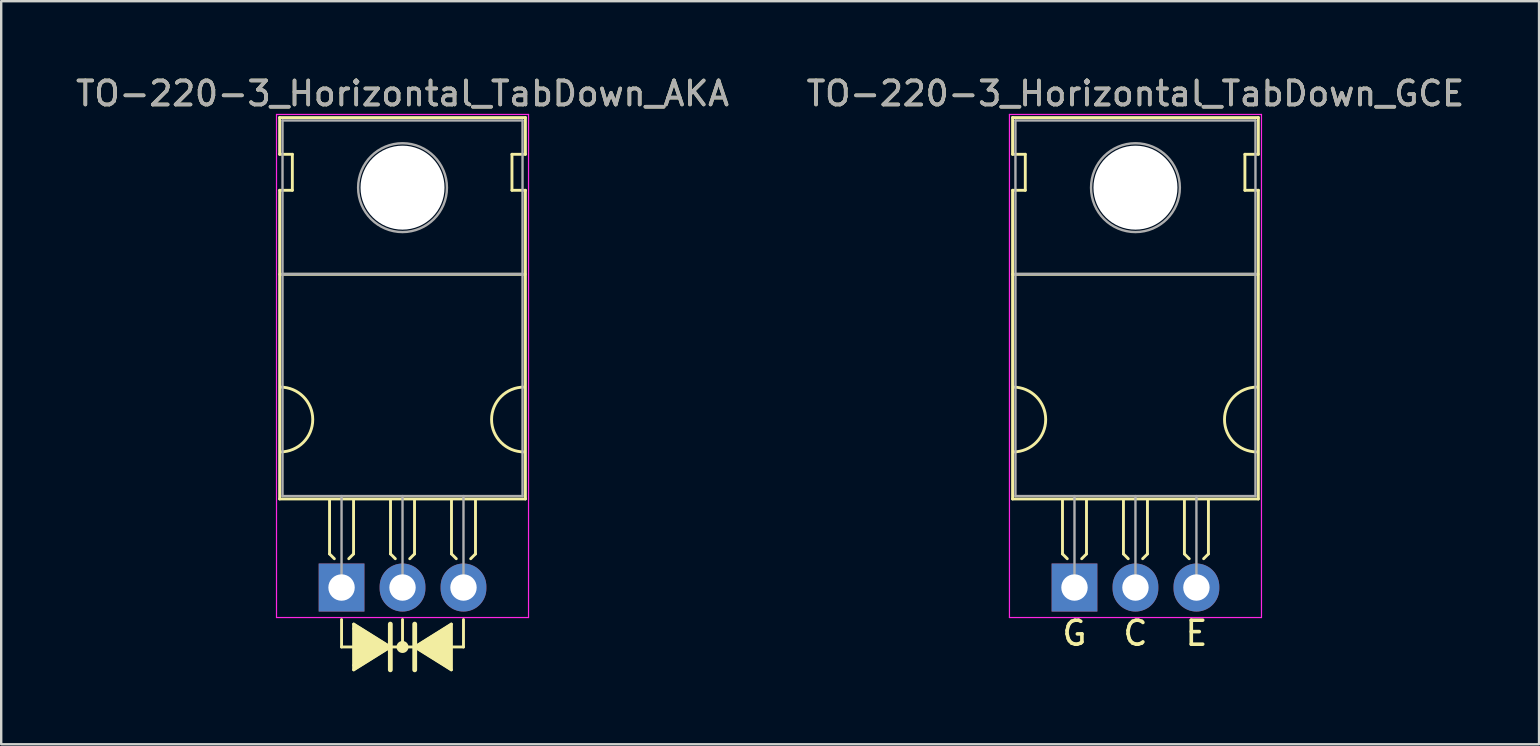
<source format=kicad_pcb>
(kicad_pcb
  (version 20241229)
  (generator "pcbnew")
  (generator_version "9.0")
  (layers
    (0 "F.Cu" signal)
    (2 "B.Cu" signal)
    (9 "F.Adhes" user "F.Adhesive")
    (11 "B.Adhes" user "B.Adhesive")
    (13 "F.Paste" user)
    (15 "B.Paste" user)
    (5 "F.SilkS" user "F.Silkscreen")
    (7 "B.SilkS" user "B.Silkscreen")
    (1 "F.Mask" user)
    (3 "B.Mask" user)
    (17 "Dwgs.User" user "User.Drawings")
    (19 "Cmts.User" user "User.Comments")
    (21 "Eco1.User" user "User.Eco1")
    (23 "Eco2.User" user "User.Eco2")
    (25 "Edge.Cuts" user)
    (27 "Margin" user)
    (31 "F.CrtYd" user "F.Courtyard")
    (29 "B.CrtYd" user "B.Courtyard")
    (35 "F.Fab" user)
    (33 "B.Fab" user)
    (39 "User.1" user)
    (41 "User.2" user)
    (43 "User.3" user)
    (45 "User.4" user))
  (footprint "TO-220-3_Horizontal_TabDown_AKA"
    (layer "F.Cu")
    (at 11.18 21.428)
    (property "Reference" "TO-220-3_Horizontal_TabDown_AKA" (at 2.54 -20.58 0) (layer "F.SilkS") (effects (font (size 1 1) (thickness 0.15))))
    (attr through_hole)
    (fp_line (start -2.58 -19.58) (end -2.58 -18.05) (stroke (width 0.12) (type solid)) (layer "F.SilkS"))
    (fp_line (start -2.58 -19.58) (end 7.66 -19.58) (stroke (width 0.12) (type solid)) (layer "F.SilkS"))
    (fp_line (start -2.58 -18.05) (end -2.05 -18.05) (stroke (width 0.12) (type solid)) (layer "F.SilkS"))
    (fp_line (start -2.58 -16.55) (end -2.58 -3.69) (stroke (width 0.12) (type solid)) (layer "F.SilkS"))
    (fp_line (start -2.58 -3.69) (end 7.66 -3.69) (stroke (width 0.12) (type solid)) (layer "F.SilkS"))
    (fp_line (start -2.575 -13.05) (end 7.65 -13.05) (stroke (width 0.12) (type solid)) (layer "F.SilkS"))
    (fp_line (start -2.05 -18.05) (end -2.05 -16.55) (stroke (width 0.12) (type solid)) (layer "F.SilkS"))
    (fp_line (start -2.05 -16.55) (end -2.575 -16.55) (stroke (width 0.12) (type solid)) (layer "F.SilkS"))
    (fp_line (start -0.5 -3.65) (end -0.5 -1.4) (stroke (width 0.12) (type solid)) (layer "F.SilkS"))
    (fp_line (start -0.5 -1.4) (end -0.3 -1.2) (stroke (width 0.12) (type solid)) (layer "F.SilkS"))
    (fp_line (start 0 1.333) (end 0 2.477) (stroke (width 0.12) (type solid)) (layer "F.SilkS"))
    (fp_line (start 0 2.477) (end 0.508 2.477) (stroke (width 0.12) (type solid)) (layer "F.SilkS"))
    (fp_line (start 0.5 -3.65) (end 0.5 -1.4) (stroke (width 0.12) (type solid)) (layer "F.SilkS"))
    (fp_line (start 0.5 -1.4) (end 0.3 -1.2) (stroke (width 0.12) (type solid)) (layer "F.SilkS"))
    (fp_line (start 0.508 1.714) (end 0.508 1.524) (stroke (width 0.12) (type solid)) (layer "F.SilkS"))
    (fp_line (start 0.508 1.714) (end 0.508 3.239) (stroke (width 0.12) (type solid)) (layer "F.SilkS"))
    (fp_line (start 0.508 3.239) (end 0.508 3.429) (stroke (width 0.12) (type solid)) (layer "F.SilkS"))
    (fp_line (start 2.032 2.477) (end 0.508 1.524) (stroke (width 0.12) (type solid)) (layer "F.SilkS"))
    (fp_line (start 2.032 2.477) (end 0.508 3.429) (stroke (width 0.12) (type solid)) (layer "F.SilkS"))
    (fp_line (start 2.032 3.429) (end 2.032 1.524) (stroke (width 0.2) (type solid)) (layer "F.SilkS"))
    (fp_line (start 2.04 -3.65) (end 2.04 -1.4) (stroke (width 0.12) (type solid)) (layer "F.SilkS"))
    (fp_line (start 2.04 -1.4) (end 2.24 -1.2) (stroke (width 0.12) (type solid)) (layer "F.SilkS"))
    (fp_line (start 2.54 1.333) (end 2.54 2.477) (stroke (width 0.12) (type solid)) (layer "F.SilkS"))
    (fp_line (start 2.54 2.477) (end 2.032 2.477) (stroke (width 0.12) (type solid)) (layer "F.SilkS"))
    (fp_line (start 2.54 2.477) (end 3.048 2.477) (stroke (width 0.12) (type solid)) (layer "F.SilkS"))
    (fp_line (start 3.04 -3.65) (end 3.04 -1.4) (stroke (width 0.12) (type solid)) (layer "F.SilkS"))
    (fp_line (start 3.04 -1.4) (end 2.84 -1.2) (stroke (width 0.12) (type solid)) (layer "F.SilkS"))
    (fp_line (start 3.048 1.524) (end 3.048 3.429) (stroke (width 0.2) (type solid)) (layer "F.SilkS"))
    (fp_line (start 3.048 2.477) (end 4.572 3.429) (stroke (width 0.12) (type solid)) (layer "F.SilkS"))
    (fp_line (start 4.572 1.524) (end 3.048 2.477) (stroke (width 0.12) (type solid)) (layer "F.SilkS"))
    (fp_line (start 4.572 3.429) (end 4.572 1.524) (stroke (width 0.12) (type solid)) (layer "F.SilkS"))
    (fp_line (start 4.58 -3.65) (end 4.58 -1.4) (stroke (width 0.12) (type solid)) (layer "F.SilkS"))
    (fp_line (start 4.58 -1.4) (end 4.78 -1.2) (stroke (width 0.12) (type solid)) (layer "F.SilkS"))
    (fp_line (start 5.08 1.333) (end 5.08 2.477) (stroke (width 0.12) (type solid)) (layer "F.SilkS"))
    (fp_line (start 5.08 2.477) (end 4.572 2.477) (stroke (width 0.12) (type solid)) (layer "F.SilkS"))
    (fp_line (start 5.58 -3.65) (end 5.58 -1.4) (stroke (width 0.12) (type solid)) (layer "F.SilkS"))
    (fp_line (start 5.58 -1.4) (end 5.38 -1.2) (stroke (width 0.12) (type solid)) (layer "F.SilkS"))
    (fp_line (start 7.1 -18.05) (end 7.66 -18.05) (stroke (width 0.12) (type solid)) (layer "F.SilkS"))
    (fp_line (start 7.1 -16.55) (end 7.1 -18.05) (stroke (width 0.12) (type solid)) (layer "F.SilkS"))
    (fp_line (start 7.66 -19.58) (end 7.66 -18.05) (stroke (width 0.12) (type solid)) (layer "F.SilkS"))
    (fp_line (start 7.66 -16.55) (end 7.1 -16.55) (stroke (width 0.12) (type solid)) (layer "F.SilkS"))
    (fp_line (start 7.66 -16.55) (end 7.66 -3.69) (stroke (width 0.12) (type solid)) (layer "F.SilkS"))
    (fp_arc (start -2.55 -8.35) (mid -1.2 -7) (end -2.55 -5.65) (stroke (width 0.12) (type solid)) (layer "F.SilkS"))
    (fp_arc (start 7.6 -5.65) (mid 6.25 -7) (end 7.6 -8.35) (stroke (width 0.12) (type solid)) (layer "F.SilkS"))
    (fp_circle (center 2.54 2.477) (end 2.54 2.54) (stroke (width 0.12) (type solid)) (fill no) (layer "F.SilkS"))
    (fp_circle (center 2.54 2.477) (end 2.54 2.603) (stroke (width 0.12) (type solid)) (fill no) (layer "F.SilkS"))
    (fp_circle (center 2.54 2.477) (end 2.54 2.667) (stroke (width 0.12) (type solid)) (fill no) (layer "F.SilkS"))
    (fp_poly (pts (xy 2.032 2.477) (xy 0.508 3.429) (xy 0.508 1.524)) (stroke (width 0.1) (type solid)) (fill yes) (layer "F.SilkS"))
    (fp_poly (pts (xy 4.572 3.429) (xy 3.048 2.477) (xy 4.572 1.524)) (stroke (width 0.1) (type solid)) (fill yes) (layer "F.SilkS"))
    (fp_line (start -2.71 -19.71) (end -2.71 1.25) (stroke (width 0.05) (type solid)) (layer "F.CrtYd"))
    (fp_line (start -2.71 1.25) (end 7.79 1.25) (stroke (width 0.05) (type solid)) (layer "F.CrtYd"))
    (fp_line (start 7.79 -19.71) (end -2.71 -19.71) (stroke (width 0.05) (type solid)) (layer "F.CrtYd"))
    (fp_line (start 7.79 1.25) (end 7.79 -19.71) (stroke (width 0.05) (type solid)) (layer "F.CrtYd"))
    (fp_line (start -2.46 -19.46) (end 7.54 -19.46) (stroke (width 0.1) (type solid)) (layer "F.Fab"))
    (fp_line (start -2.46 -13.06) (end -2.46 -19.46) (stroke (width 0.1) (type solid)) (layer "F.Fab"))
    (fp_line (start -2.46 -13.06) (end 7.54 -13.06) (stroke (width 0.1) (type solid)) (layer "F.Fab"))
    (fp_line (start -2.46 -3.81) (end -2.46 -13.06) (stroke (width 0.1) (type solid)) (layer "F.Fab"))
    (fp_line (start 0 -3.81) (end 0 0) (stroke (width 0.1) (type solid)) (layer "F.Fab"))
    (fp_line (start 2.54 -3.81) (end 2.54 0) (stroke (width 0.1) (type solid)) (layer "F.Fab"))
    (fp_line (start 5.08 -3.81) (end 5.08 0) (stroke (width 0.1) (type solid)) (layer "F.Fab"))
    (fp_line (start 7.54 -19.46) (end 7.54 -13.06) (stroke (width 0.1) (type solid)) (layer "F.Fab"))
    (fp_line (start 7.54 -13.06) (end -2.46 -13.06) (stroke (width 0.1) (type solid)) (layer "F.Fab"))
    (fp_line (start 7.54 -13.06) (end 7.54 -3.81) (stroke (width 0.1) (type solid)) (layer "F.Fab"))
    (fp_line (start 7.54 -3.81) (end -2.46 -3.81) (stroke (width 0.1) (type solid)) (layer "F.Fab"))
    (fp_circle (center 2.54 -16.66) (end 4.39 -16.66) (stroke (width 0.1) (type solid)) (fill no) (layer "F.Fab"))
    (fp_text user "${REFERENCE}" (at 2.54 -20.58 0) (layer "F.Fab") (effects (font (size 1 1) (thickness 0.15))))
    (pad "" np_thru_hole oval (at 2.54 -16.66) (size 3.5 3.5) (drill 3.5) (layers "*.Cu" "*.Mask"))
    (pad "1" thru_hole rect (at 0 0) (size 1.905 2) (drill 1.1) (layers "*.Cu" "*.Mask"))
    (pad "2" thru_hole oval (at 2.54 0) (size 1.905 2) (drill 1.1) (layers "*.Cu" "*.Mask"))
    (pad "3" thru_hole oval (at 5.08 0) (size 1.905 2) (drill 1.1) (layers "*.Cu" "*.Mask")))
  (footprint "TO-220-3_Horizontal_TabDown_GCE"
    (layer "F.Cu")
    (at 41.716 21.428)
    (property "Reference" "TO-220-3_Horizontal_TabDown_GCE" (at 2.54 -20.58 0) (layer "F.SilkS") (effects (font (size 1 1) (thickness 0.15))))
    (fp_line (start -2.58 -19.58) (end -2.58 -18.05) (stroke (width 0.12) (type solid)) (layer "F.SilkS"))
    (fp_line (start -2.58 -19.58) (end 7.66 -19.58) (stroke (width 0.12) (type solid)) (layer "F.SilkS"))
    (fp_line (start -2.58 -18.05) (end -2.05 -18.05) (stroke (width 0.12) (type solid)) (layer "F.SilkS"))
    (fp_line (start -2.58 -16.55) (end -2.58 -3.69) (stroke (width 0.12) (type solid)) (layer "F.SilkS"))
    (fp_line (start -2.58 -3.69) (end 7.66 -3.69) (stroke (width 0.12) (type solid)) (layer "F.SilkS"))
    (fp_line (start -2.575 -13.05) (end 7.65 -13.05) (stroke (width 0.12) (type solid)) (layer "F.SilkS"))
    (fp_line (start -2.05 -18.05) (end -2.05 -16.55) (stroke (width 0.12) (type solid)) (layer "F.SilkS"))
    (fp_line (start -2.05 -16.55) (end -2.575 -16.55) (stroke (width 0.12) (type solid)) (layer "F.SilkS"))
    (fp_line (start -0.5 -3.65) (end -0.5 -1.4) (stroke (width 0.12) (type solid)) (layer "F.SilkS"))
    (fp_line (start -0.5 -1.4) (end -0.3 -1.2) (stroke (width 0.12) (type solid)) (layer "F.SilkS"))
    (fp_line (start 0.5 -3.65) (end 0.5 -1.4) (stroke (width 0.12) (type solid)) (layer "F.SilkS"))
    (fp_line (start 0.5 -1.4) (end 0.3 -1.2) (stroke (width 0.12) (type solid)) (layer "F.SilkS"))
    (fp_line (start 2.04 -3.65) (end 2.04 -1.4) (stroke (width 0.12) (type solid)) (layer "F.SilkS"))
    (fp_line (start 2.04 -1.4) (end 2.24 -1.2) (stroke (width 0.12) (type solid)) (layer "F.SilkS"))
    (fp_line (start 3.04 -3.65) (end 3.04 -1.4) (stroke (width 0.12) (type solid)) (layer "F.SilkS"))
    (fp_line (start 3.04 -1.4) (end 2.84 -1.2) (stroke (width 0.12) (type solid)) (layer "F.SilkS"))
    (fp_line (start 4.58 -3.65) (end 4.58 -1.4) (stroke (width 0.12) (type solid)) (layer "F.SilkS"))
    (fp_line (start 4.58 -1.4) (end 4.78 -1.2) (stroke (width 0.12) (type solid)) (layer "F.SilkS"))
    (fp_line (start 5.58 -3.65) (end 5.58 -1.4) (stroke (width 0.12) (type solid)) (layer "F.SilkS"))
    (fp_line (start 5.58 -1.4) (end 5.38 -1.2) (stroke (width 0.12) (type solid)) (layer "F.SilkS"))
    (fp_line (start 7.1 -18.05) (end 7.66 -18.05) (stroke (width 0.12) (type solid)) (layer "F.SilkS"))
    (fp_line (start 7.1 -16.55) (end 7.1 -18.05) (stroke (width 0.12) (type solid)) (layer "F.SilkS"))
    (fp_line (start 7.66 -19.58) (end 7.66 -18.05) (stroke (width 0.12) (type solid)) (layer "F.SilkS"))
    (fp_line (start 7.66 -16.55) (end 7.1 -16.55) (stroke (width 0.12) (type solid)) (layer "F.SilkS"))
    (fp_line (start 7.66 -16.55) (end 7.66 -3.69) (stroke (width 0.12) (type solid)) (layer "F.SilkS"))
    (fp_arc (start -2.55 -8.35) (mid -1.2 -7) (end -2.55 -5.65) (stroke (width 0.12) (type solid)) (layer "F.SilkS"))
    (fp_arc (start 7.6 -5.65) (mid 6.25 -7) (end 7.6 -8.35) (stroke (width 0.12) (type solid)) (layer "F.SilkS"))
    (fp_line (start -2.71 -19.71) (end -2.71 1.25) (stroke (width 0.05) (type solid)) (layer "F.CrtYd"))
    (fp_line (start -2.71 1.25) (end 7.79 1.25) (stroke (width 0.05) (type solid)) (layer "F.CrtYd"))
    (fp_line (start 7.79 -19.71) (end -2.71 -19.71) (stroke (width 0.05) (type solid)) (layer "F.CrtYd"))
    (fp_line (start 7.79 1.25) (end 7.79 -19.71) (stroke (width 0.05) (type solid)) (layer "F.CrtYd"))
    (fp_line (start -2.46 -19.46) (end 7.54 -19.46) (stroke (width 0.1) (type solid)) (layer "F.Fab"))
    (fp_line (start -2.46 -13.06) (end -2.46 -19.46) (stroke (width 0.1) (type solid)) (layer "F.Fab"))
    (fp_line (start -2.46 -13.06) (end 7.54 -13.06) (stroke (width 0.1) (type solid)) (layer "F.Fab"))
    (fp_line (start -2.46 -3.81) (end -2.46 -13.06) (stroke (width 0.1) (type solid)) (layer "F.Fab"))
    (fp_line (start 0 -3.81) (end 0 0) (stroke (width 0.1) (type solid)) (layer "F.Fab"))
    (fp_line (start 2.54 -3.81) (end 2.54 0) (stroke (width 0.1) (type solid)) (layer "F.Fab"))
    (fp_line (start 5.08 -3.81) (end 5.08 0) (stroke (width 0.1) (type solid)) (layer "F.Fab"))
    (fp_line (start 7.54 -19.46) (end 7.54 -13.06) (stroke (width 0.1) (type solid)) (layer "F.Fab"))
    (fp_line (start 7.54 -13.06) (end -2.46 -13.06) (stroke (width 0.1) (type solid)) (layer "F.Fab"))
    (fp_line (start 7.54 -13.06) (end 7.54 -3.81) (stroke (width 0.1) (type solid)) (layer "F.Fab"))
    (fp_line (start 7.54 -3.81) (end -2.46 -3.81) (stroke (width 0.1) (type solid)) (layer "F.Fab"))
    (fp_circle (center 2.54 -16.66) (end 4.39 -16.66) (stroke (width 0.1) (type solid)) (fill no) (layer "F.Fab"))
    (fp_text user "E" (at 5.08 1.905 0) (unlocked yes) (layer "F.SilkS") (effects (font (size 1 1) (thickness 0.15))))
    (fp_text user "G" (at 0 1.905 0) (unlocked yes) (layer "F.SilkS") (effects (font (size 1 1) (thickness 0.15))))
    (fp_text user "C" (at 2.54 1.905 0) (unlocked yes) (layer "F.SilkS") (effects (font (size 1 1) (thickness 0.15))))
    (fp_text user "${REFERENCE}" (at 2.54 -20.58 0) (layer "F.Fab") (effects (font (size 1 1) (thickness 0.15))))
    (pad "" np_thru_hole oval (at 2.54 -16.66) (size 3.5 3.5) (drill 3.5) (layers "*.Cu" "*.Mask"))
    (pad "1" thru_hole rect (at 0 0) (size 1.905 2) (drill 1.1) (layers "*.Cu" "*.Mask"))
    (pad "2" thru_hole oval (at 2.54 0) (size 1.905 2) (drill 1.1) (layers "*.Cu" "*.Mask"))
    (pad "3" thru_hole oval (at 5.08 0) (size 1.905 2) (drill 1.1) (layers "*.Cu" "*.Mask")))
  (gr_rect
    (start -3 -3)
    (end 61.071 27.957)
    (stroke (width 0.1) (type default))
    (fill no)
    (layer "Edge.Cuts")))
</source>
